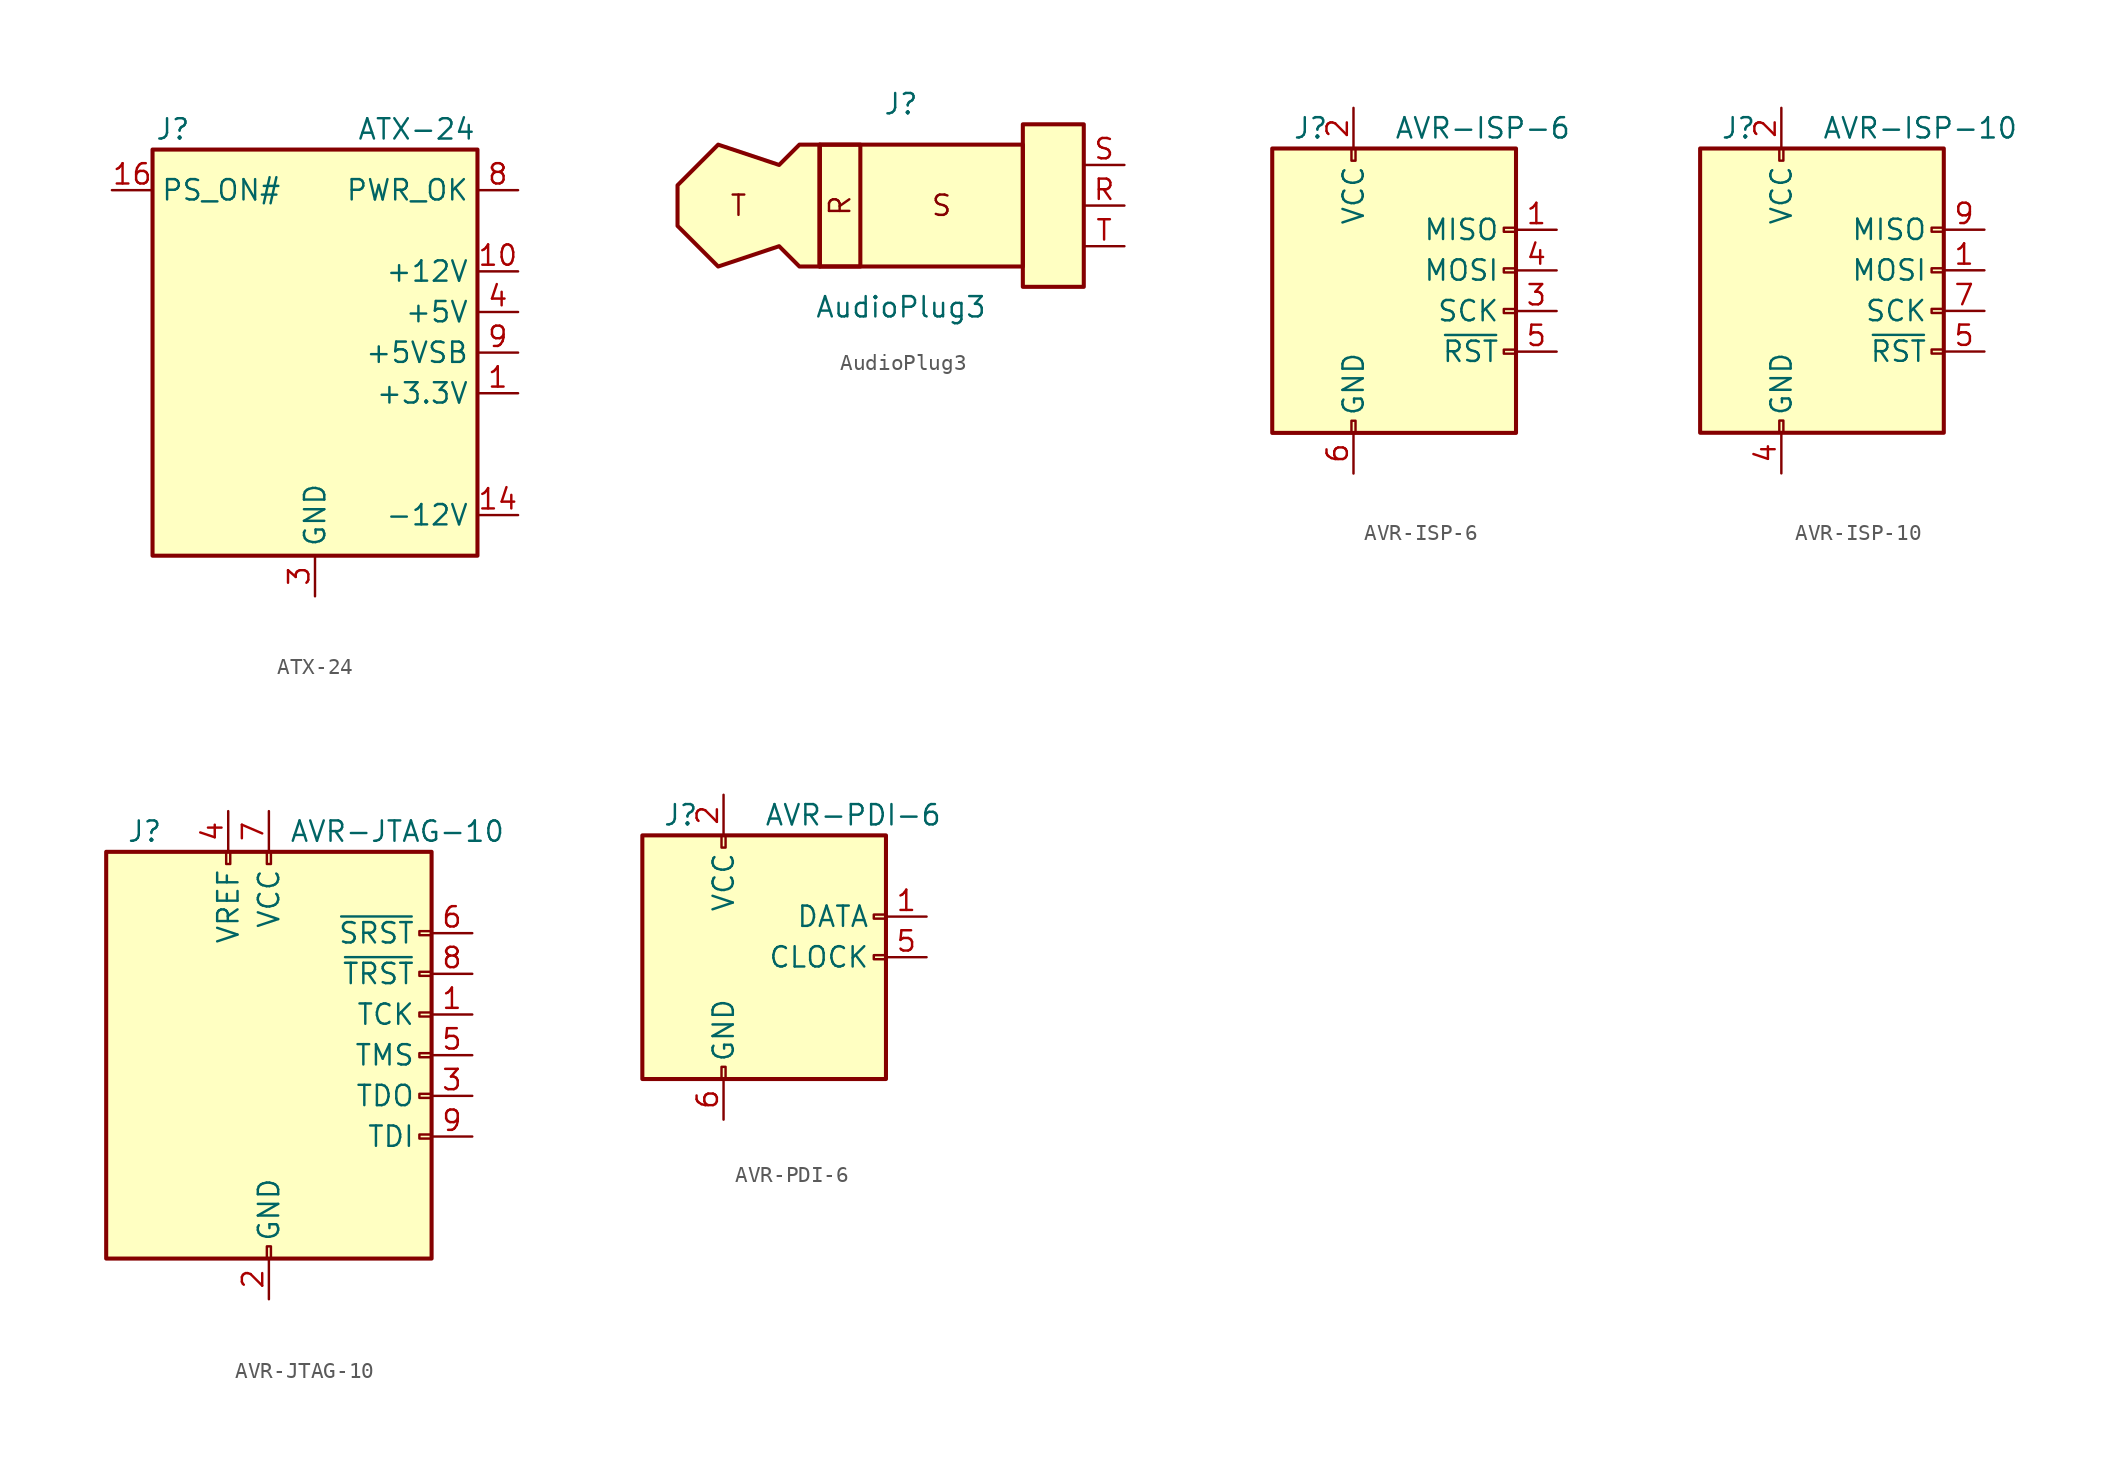
<source format=kicad_sym>
(kicad_symbol_lib
  (version 20200908)
  (generator kicad_symbol_editor)
  (symbol "Connector:ATX-24"
    (property "Reference" "J"
      (at -8.89 13.97 0)
      (effects (font (size 1.27 1.27))))
    (property "Value" "ATX-24"
      (at 6.35 13.97 0)
      (effects (font (size 1.27 1.27))))
    (symbol "ATX-24_0_1"
      (rectangle (start -10.16 12.7) (end 10.16 -12.7) (stroke (width 0.254)) (fill (type background))))
    (symbol "ATX-24_1_1"
      (pin power_out line (at 12.7 -2.54 180) (length 2.54) (name "+3.3V" (effects (font (size 1.27 1.27)))) (number "1" (effects (font (size 1.27 1.27)))))
      (pin power_out line (at 12.7 5.08 180) (length 2.54) (name "+12V" (effects (font (size 1.27 1.27)))) (number "10" (effects (font (size 1.27 1.27)))))
      (pin passive line (at 12.7 5.08 180) (length 2.54) hide (name "+12V" (effects (font (size 1.27 1.27)))) (number "11" (effects (font (size 1.27 1.27)))))
      (pin passive line (at 12.7 -2.54 180) (length 2.54) hide (name "+3.3V" (effects (font (size 1.27 1.27)))) (number "12" (effects (font (size 1.27 1.27)))))
      (pin passive line (at 12.7 -2.54 180) (length 2.54) hide (name "+3.3V" (effects (font (size 1.27 1.27)))) (number "13" (effects (font (size 1.27 1.27)))))
      (pin power_out line (at 12.7 -10.16 180) (length 2.54) (name "-12V" (effects (font (size 1.27 1.27)))) (number "14" (effects (font (size 1.27 1.27)))))
      (pin passive line (at 0 -15.24 90) (length 2.54) hide (name "GND" (effects (font (size 1.27 1.27)))) (number "15" (effects (font (size 1.27 1.27)))))
      (pin open_collector line (at -12.7 10.16 0) (length 2.54) (name "PS_ON#" (effects (font (size 1.27 1.27)))) (number "16" (effects (font (size 1.27 1.27)))))
      (pin passive line (at 0 -15.24 90) (length 2.54) hide (name "GND" (effects (font (size 1.27 1.27)))) (number "17" (effects (font (size 1.27 1.27)))))
      (pin passive line (at 0 -15.24 90) (length 2.54) hide (name "GND" (effects (font (size 1.27 1.27)))) (number "18" (effects (font (size 1.27 1.27)))))
      (pin passive line (at 0 -15.24 90) (length 2.54) hide (name "GND" (effects (font (size 1.27 1.27)))) (number "19" (effects (font (size 1.27 1.27)))))
      (pin passive line (at 12.7 -2.54 180) (length 2.54) hide (name "+3.3V" (effects (font (size 1.27 1.27)))) (number "2" (effects (font (size 1.27 1.27)))))
      (pin unconnected line (at -10.16 0 0) (length 2.54) hide (name "NC" (effects (font (size 1.27 1.27)))) (number "20" (effects (font (size 1.27 1.27)))))
      (pin passive line (at 12.7 2.54 180) (length 2.54) hide (name "+5V" (effects (font (size 1.27 1.27)))) (number "21" (effects (font (size 1.27 1.27)))))
      (pin passive line (at 12.7 2.54 180) (length 2.54) hide (name "+5V" (effects (font (size 1.27 1.27)))) (number "22" (effects (font (size 1.27 1.27)))))
      (pin passive line (at 12.7 2.54 180) (length 2.54) hide (name "+5V" (effects (font (size 1.27 1.27)))) (number "23" (effects (font (size 1.27 1.27)))))
      (pin passive line (at 0 -15.24 90) (length 2.54) hide (name "GND" (effects (font (size 1.27 1.27)))) (number "24" (effects (font (size 1.27 1.27)))))
      (pin power_out line (at 0 -15.24 90) (length 2.54) (name "GND" (effects (font (size 1.27 1.27)))) (number "3" (effects (font (size 1.27 1.27)))))
      (pin power_out line (at 12.7 2.54 180) (length 2.54) (name "+5V" (effects (font (size 1.27 1.27)))) (number "4" (effects (font (size 1.27 1.27)))))
      (pin passive line (at 0 -15.24 90) (length 2.54) hide (name "GND" (effects (font (size 1.27 1.27)))) (number "5" (effects (font (size 1.27 1.27)))))
      (pin passive line (at 12.7 2.54 180) (length 2.54) hide (name "+5V" (effects (font (size 1.27 1.27)))) (number "6" (effects (font (size 1.27 1.27)))))
      (pin passive line (at 0 -15.24 90) (length 2.54) hide (name "GND" (effects (font (size 1.27 1.27)))) (number "7" (effects (font (size 1.27 1.27)))))
      (pin output line (at 12.7 10.16 180) (length 2.54) (name "PWR_OK" (effects (font (size 1.27 1.27)))) (number "8" (effects (font (size 1.27 1.27)))))
      (pin power_out line (at 12.7 0 180) (length 2.54) (name "+5VSB" (effects (font (size 1.27 1.27)))) (number "9" (effects (font (size 1.27 1.27)))))))
  (symbol "Connector:AudioPlug3"
    (property "Reference" "J"
      (at 1.27 6.35 0)
      (effects (font (size 1.27 1.27))))
    (property "Value" "AudioPlug3"
      (at 1.27 -6.35 0)
      (effects (font (size 1.27 1.27))))
    (symbol "AudioPlug3_0_0"
      (text "R" (at -2.54 0 900) (effects (font (size 1.27 1.27)))))
    (symbol "AudioPlug3_1_0"
      (text "S" (at 3.81 0 0) (effects (font (size 1.27 1.27))))
      (text "T" (at -8.89 0 0) (effects (font (size 1.27 1.27)))))
    (symbol "AudioPlug3_0_1"
      (rectangle (start -3.81 3.81) (end -1.27 -3.81) (stroke (width 0.254)) (fill (type none)))
      (rectangle (start -1.27 -1.27) (end -1.27 -1.27) (stroke (width 0)) (fill (type none))))
    (symbol "AudioPlug3_1_1"
      (rectangle (start -3.81 3.81) (end 8.89 -3.81) (stroke (width 0.254)) (fill (type background)))
      (rectangle (start 12.7 5.08) (end 8.89 -5.08) (stroke (width 0.254)) (fill (type background)))
      (polyline (pts (xy -3.81 3.81) (xy -5.08 3.81) (xy -6.35 2.54) (xy -10.16 3.81) (xy -12.7 1.27) (xy -12.7 -1.27) (xy -10.16 -3.81) (xy -6.35 -2.54) (xy -5.08 -3.81) (xy -3.81 -3.81) (xy -3.81 3.81)) (stroke (width 0.254)) (fill (type background)))
      (pin passive line (at 15.24 0 180) (length 2.54) (name "~" (effects (font (size 1.27 1.27)))) (number "R" (effects (font (size 1.27 1.27)))))
      (pin passive line (at 15.24 2.54 180) (length 2.54) (name "~" (effects (font (size 1.27 1.27)))) (number "S" (effects (font (size 1.27 1.27)))))
      (pin passive line (at 15.24 -2.54 180) (length 2.54) (name "~" (effects (font (size 1.27 1.27)))) (number "T" (effects (font (size 1.27 1.27)))))))
  (symbol "Connector:AVR-ISP-6"
    (pin_names
      (offset 1.016))
    (property "Reference" "J"
      (at -6.35 11.43 0)
      (effects (font (size 1.27 1.27)) (justify left)))
    (property "Value" "AVR-ISP-6"
      (at 0 11.43 0)
      (effects (font (size 1.27 1.27)) (justify left)))
    (symbol "AVR-ISP-6_0_1"
      (rectangle (start -2.667 -6.858) (end -2.413 -7.62) (stroke (width 0)) (fill (type none)))
      (rectangle (start -2.667 10.16) (end -2.413 9.398) (stroke (width 0)) (fill (type none)))
      (rectangle (start 7.62 -2.413) (end 6.858 -2.667) (stroke (width 0)) (fill (type none)))
      (rectangle (start 7.62 0.127) (end 6.858 -0.127) (stroke (width 0)) (fill (type none)))
      (rectangle (start 7.62 2.667) (end 6.858 2.413) (stroke (width 0)) (fill (type none)))
      (rectangle (start 7.62 5.207) (end 6.858 4.953) (stroke (width 0)) (fill (type none)))
      (rectangle (start 7.62 10.16) (end -7.62 -7.62) (stroke (width 0.254)) (fill (type background))))
    (symbol "AVR-ISP-6_1_1"
      (pin passive line (at 10.16 5.08 180) (length 2.54) (name "MISO" (effects (font (size 1.27 1.27)))) (number "1" (effects (font (size 1.27 1.27)))))
      (pin passive line (at -2.54 12.7 270) (length 2.54) (name "VCC" (effects (font (size 1.27 1.27)))) (number "2" (effects (font (size 1.27 1.27)))))
      (pin passive line (at 10.16 0 180) (length 2.54) (name "SCK" (effects (font (size 1.27 1.27)))) (number "3" (effects (font (size 1.27 1.27)))))
      (pin passive line (at 10.16 2.54 180) (length 2.54) (name "MOSI" (effects (font (size 1.27 1.27)))) (number "4" (effects (font (size 1.27 1.27)))))
      (pin passive line (at 10.16 -2.54 180) (length 2.54) (name "~RST" (effects (font (size 1.27 1.27)))) (number "5" (effects (font (size 1.27 1.27)))))
      (pin passive line (at -2.54 -10.16 90) (length 2.54) (name "GND" (effects (font (size 1.27 1.27)))) (number "6" (effects (font (size 1.27 1.27)))))))
  (symbol "Connector:AVR-ISP-10"
    (pin_names
      (offset 1.016))
    (property "Reference" "J"
      (at -6.35 11.43 0)
      (effects (font (size 1.27 1.27)) (justify left)))
    (property "Value" "AVR-ISP-10"
      (at 0 11.43 0)
      (effects (font (size 1.27 1.27)) (justify left)))
    (symbol "AVR-ISP-10_0_1"
      (rectangle (start -2.667 -6.858) (end -2.413 -7.62) (stroke (width 0)) (fill (type none)))
      (rectangle (start -2.667 10.16) (end -2.413 9.398) (stroke (width 0)) (fill (type none)))
      (rectangle (start 7.62 -2.413) (end 6.858 -2.667) (stroke (width 0)) (fill (type none)))
      (rectangle (start 7.62 0.127) (end 6.858 -0.127) (stroke (width 0)) (fill (type none)))
      (rectangle (start 7.62 2.667) (end 6.858 2.413) (stroke (width 0)) (fill (type none)))
      (rectangle (start 7.62 5.207) (end 6.858 4.953) (stroke (width 0)) (fill (type none)))
      (rectangle (start 7.62 10.16) (end -7.62 -7.62) (stroke (width 0.254)) (fill (type background))))
    (symbol "AVR-ISP-10_1_1"
      (pin passive line (at 10.16 2.54 180) (length 2.54) (name "MOSI" (effects (font (size 1.27 1.27)))) (number "1" (effects (font (size 1.27 1.27)))))
      (pin passive line (at -2.54 -10.16 90) (length 2.54) hide (name "GND" (effects (font (size 1.27 1.27)))) (number "10" (effects (font (size 1.27 1.27)))))
      (pin passive line (at -2.54 12.7 270) (length 2.54) (name "VCC" (effects (font (size 1.27 1.27)))) (number "2" (effects (font (size 1.27 1.27)))))
      (pin unconnected line (at 7.62 -5.08 180) (length 2.54) hide (name "NC" (effects (font (size 1.27 1.27)))) (number "3" (effects (font (size 1.27 1.27)))))
      (pin passive line (at -2.54 -10.16 90) (length 2.54) (name "GND" (effects (font (size 1.27 1.27)))) (number "4" (effects (font (size 1.27 1.27)))))
      (pin passive line (at 10.16 -2.54 180) (length 2.54) (name "~RST" (effects (font (size 1.27 1.27)))) (number "5" (effects (font (size 1.27 1.27)))))
      (pin passive line (at -2.54 -10.16 90) (length 2.54) hide (name "GND" (effects (font (size 1.27 1.27)))) (number "6" (effects (font (size 1.27 1.27)))))
      (pin passive line (at 10.16 0 180) (length 2.54) (name "SCK" (effects (font (size 1.27 1.27)))) (number "7" (effects (font (size 1.27 1.27)))))
      (pin passive line (at -2.54 -10.16 90) (length 2.54) hide (name "GND" (effects (font (size 1.27 1.27)))) (number "8" (effects (font (size 1.27 1.27)))))
      (pin passive line (at 10.16 5.08 180) (length 2.54) (name "MISO" (effects (font (size 1.27 1.27)))) (number "9" (effects (font (size 1.27 1.27)))))))
  (symbol "Connector:AVR-JTAG-10"
    (pin_names
      (offset 1.016))
    (property "Reference" "J"
      (at -8.89 13.97 0)
      (effects (font (size 1.27 1.27)) (justify left)))
    (property "Value" "AVR-JTAG-10"
      (at 1.27 13.97 0)
      (effects (font (size 1.27 1.27)) (justify left)))
    (symbol "AVR-JTAG-10_0_1"
      (rectangle (start -2.667 12.7) (end -2.413 11.938) (stroke (width 0)) (fill (type none)))
      (rectangle (start -0.127 -11.938) (end 0.127 -12.7) (stroke (width 0)) (fill (type none)))
      (rectangle (start -0.127 12.7) (end 0.127 11.938) (stroke (width 0)) (fill (type none)))
      (rectangle (start 10.16 -4.953) (end 9.398 -5.207) (stroke (width 0)) (fill (type none)))
      (rectangle (start 10.16 -2.413) (end 9.398 -2.667) (stroke (width 0)) (fill (type none)))
      (rectangle (start 10.16 0.127) (end 9.398 -0.127) (stroke (width 0)) (fill (type none)))
      (rectangle (start 10.16 2.667) (end 9.398 2.413) (stroke (width 0)) (fill (type none)))
      (rectangle (start 10.16 5.207) (end 9.398 4.953) (stroke (width 0)) (fill (type none)))
      (rectangle (start 10.16 7.747) (end 9.398 7.493) (stroke (width 0)) (fill (type none)))
      (rectangle (start 10.16 12.7) (end -10.16 -12.7) (stroke (width 0.254)) (fill (type background))))
    (symbol "AVR-JTAG-10_1_1"
      (pin passive line (at 12.7 2.54 180) (length 2.54) (name "TCK" (effects (font (size 1.27 1.27)))) (number "1" (effects (font (size 1.27 1.27)))))
      (pin passive line (at 0 -15.24 90) (length 2.54) hide (name "GND" (effects (font (size 1.27 1.27)))) (number "10" (effects (font (size 1.27 1.27)))))
      (pin passive line (at 0 -15.24 90) (length 2.54) (name "GND" (effects (font (size 1.27 1.27)))) (number "2" (effects (font (size 1.27 1.27)))))
      (pin passive line (at 12.7 -2.54 180) (length 2.54) (name "TDO" (effects (font (size 1.27 1.27)))) (number "3" (effects (font (size 1.27 1.27)))))
      (pin passive line (at -2.54 15.24 270) (length 2.54) (name "VREF" (effects (font (size 1.27 1.27)))) (number "4" (effects (font (size 1.27 1.27)))))
      (pin passive line (at 12.7 0 180) (length 2.54) (name "TMS" (effects (font (size 1.27 1.27)))) (number "5" (effects (font (size 1.27 1.27)))))
      (pin passive line (at 12.7 7.62 180) (length 2.54) (name "~SRST" (effects (font (size 1.27 1.27)))) (number "6" (effects (font (size 1.27 1.27)))))
      (pin passive line (at 0 15.24 270) (length 2.54) (name "VCC" (effects (font (size 1.27 1.27)))) (number "7" (effects (font (size 1.27 1.27)))))
      (pin passive line (at 12.7 5.08 180) (length 2.54) (name "~TRST" (effects (font (size 1.27 1.27)))) (number "8" (effects (font (size 1.27 1.27)))))
      (pin passive line (at 12.7 -5.08 180) (length 2.54) (name "TDI" (effects (font (size 1.27 1.27)))) (number "9" (effects (font (size 1.27 1.27)))))))
  (symbol "Connector:AVR-PDI-6"
    (pin_names
      (offset 1.016))
    (property "Reference" "J"
      (at -6.35 8.89 0)
      (effects (font (size 1.27 1.27)) (justify left)))
    (property "Value" "AVR-PDI-6"
      (at 0 8.89 0)
      (effects (font (size 1.27 1.27)) (justify left)))
    (symbol "AVR-PDI-6_0_1"
      (rectangle (start -2.667 -6.858) (end -2.413 -7.62) (stroke (width 0)) (fill (type none)))
      (rectangle (start -2.667 7.62) (end -2.413 6.858) (stroke (width 0)) (fill (type none)))
      (rectangle (start 7.62 0.127) (end 6.858 -0.127) (stroke (width 0)) (fill (type none)))
      (rectangle (start 7.62 2.667) (end 6.858 2.413) (stroke (width 0)) (fill (type none)))
      (rectangle (start 7.62 7.62) (end -7.62 -7.62) (stroke (width 0.254)) (fill (type background))))
    (symbol "AVR-PDI-6_1_1"
      (pin passive line (at 10.16 2.54 180) (length 2.54) (name "DATA" (effects (font (size 1.27 1.27)))) (number "1" (effects (font (size 1.27 1.27)))))
      (pin passive line (at -2.54 10.16 270) (length 2.54) (name "VCC" (effects (font (size 1.27 1.27)))) (number "2" (effects (font (size 1.27 1.27)))))
      (pin unconnected line (at 7.62 -2.54 180) (length 2.54) hide (name "NC" (effects (font (size 1.27 1.27)))) (number "3" (effects (font (size 1.27 1.27)))))
      (pin unconnected line (at 7.62 -5.08 180) (length 2.54) hide (name "NC" (effects (font (size 1.27 1.27)))) (number "4" (effects (font (size 1.27 1.27)))))
      (pin passive line (at 10.16 0 180) (length 2.54) (name "CLOCK" (effects (font (size 1.27 1.27)))) (number "5" (effects (font (size 1.27 1.27)))))
      (pin passive line (at -2.54 -10.16 90) (length 2.54) (name "GND" (effects (font (size 1.27 1.27)))) (number "6" (effects (font (size 1.27 1.27))))))))
</source>
